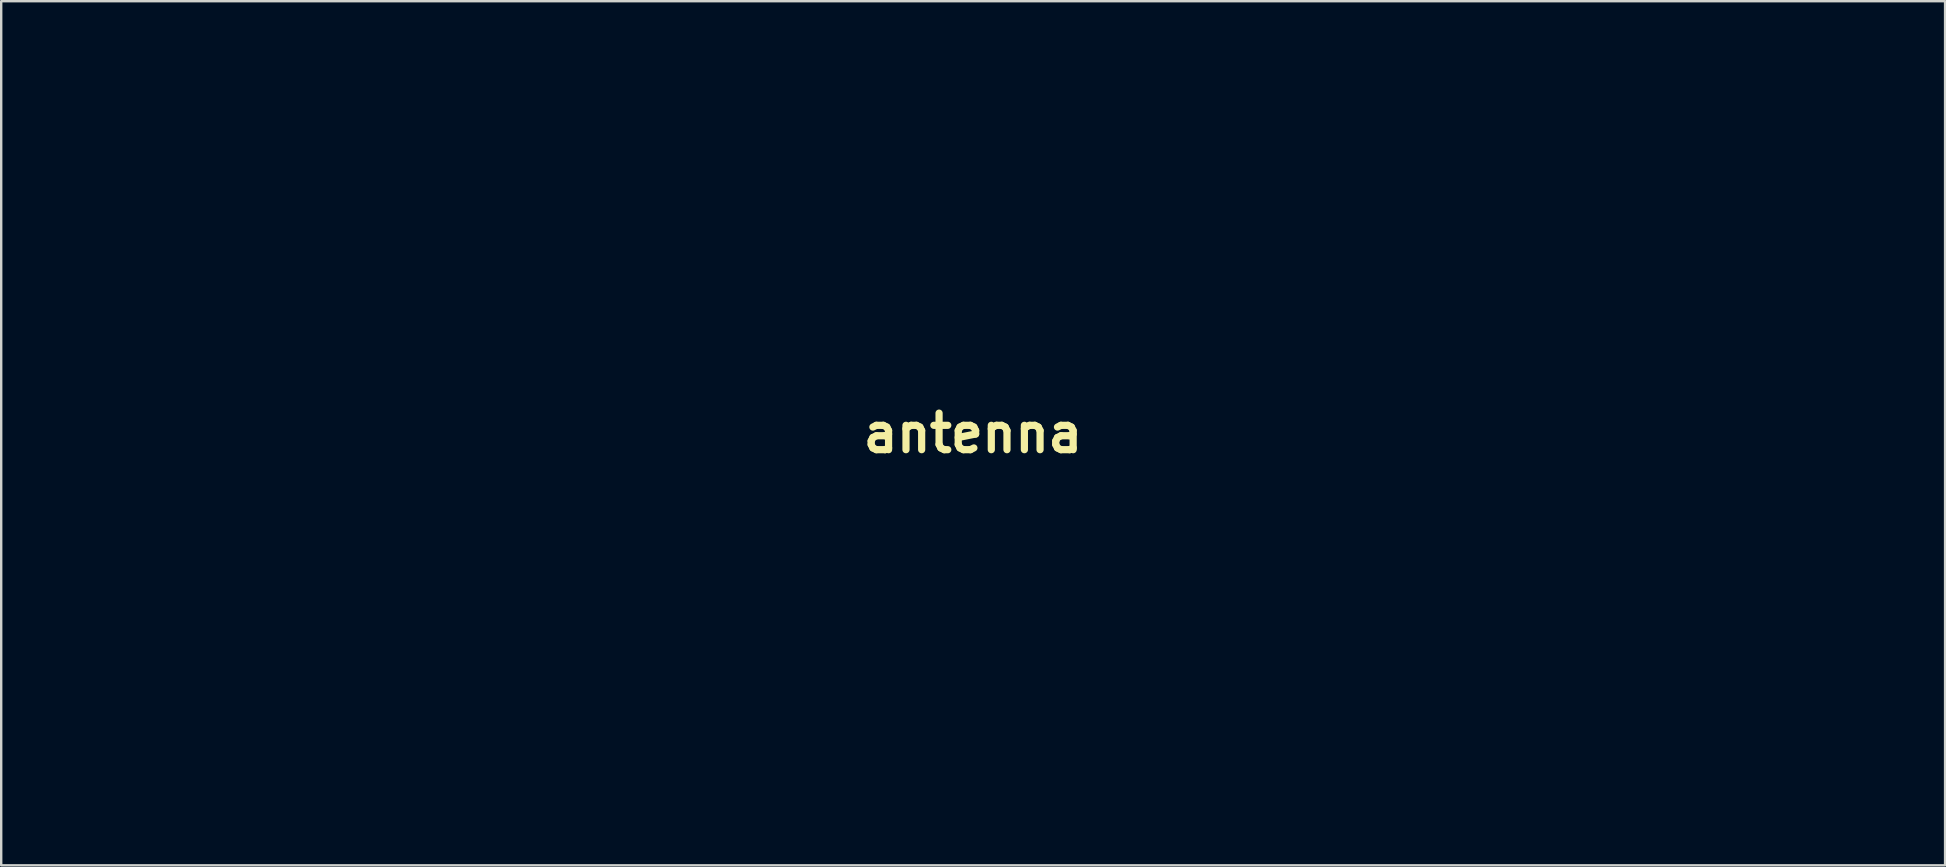
<source format=kicad_pcb>
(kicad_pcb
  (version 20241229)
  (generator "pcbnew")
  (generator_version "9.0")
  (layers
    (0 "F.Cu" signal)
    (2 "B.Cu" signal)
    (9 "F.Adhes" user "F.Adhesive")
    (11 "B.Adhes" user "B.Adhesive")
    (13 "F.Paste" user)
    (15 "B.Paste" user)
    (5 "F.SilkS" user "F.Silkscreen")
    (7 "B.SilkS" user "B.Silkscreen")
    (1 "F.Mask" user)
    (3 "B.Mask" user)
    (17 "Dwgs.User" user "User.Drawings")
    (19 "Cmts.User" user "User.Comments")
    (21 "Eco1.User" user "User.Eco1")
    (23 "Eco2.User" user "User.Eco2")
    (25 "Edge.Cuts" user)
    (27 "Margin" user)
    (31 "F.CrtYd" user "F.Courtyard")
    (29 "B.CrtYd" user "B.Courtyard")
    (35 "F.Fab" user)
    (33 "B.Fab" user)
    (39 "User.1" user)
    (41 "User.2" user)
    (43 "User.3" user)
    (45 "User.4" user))
  (footprint "antenna"
    (layer "F.Cu")
    (at 37.502 15.002)
    (property "Reference" "antenna" (at 0 0 0) (layer "F.SilkS") (effects (font (size 1.524 1.524) (thickness 0.3))))
    (attr through_hole)
    (fp_poly (pts (xy 37.505 0.003) (xy 37.502 15.002) (xy -37.497 15.007) (xy -37.497 -13.303) (xy 35.803 -13.303) (xy 35.798 13.298) (xy -0.003 13.301) (xy -35.803 13.303) (xy -35.803 -11.599) (xy 34.099 -11.599) (xy 34.099 11.599) (xy -34.099 11.599) (xy -34.099 -9.906) (xy -33.094 -9.906) (xy -33.094 10.594) (xy 33.094 10.594) (xy 33.094 -10.604) (xy -34.798 -10.604) (xy -34.798 12.298) (xy 34.798 12.298) (xy 34.798 -12.308) (xy -36.491 -12.308) (xy -36.491 14.002) (xy 36.502 14.002) (xy 36.502 -14.002) (xy -37.497 -14.002) (xy -37.497 -14.997) (xy 37.507 -14.997) (xy 37.505 0.003)) (stroke (width 0.01) (type solid)) (fill no) (layer "Eco2.User")))
  (gr_rect
    (start -3 -3)
    (end 78.014 33.014)
    (stroke (width 0.1) (type default))
    (fill no)
    (layer "Edge.Cuts")))
</source>
